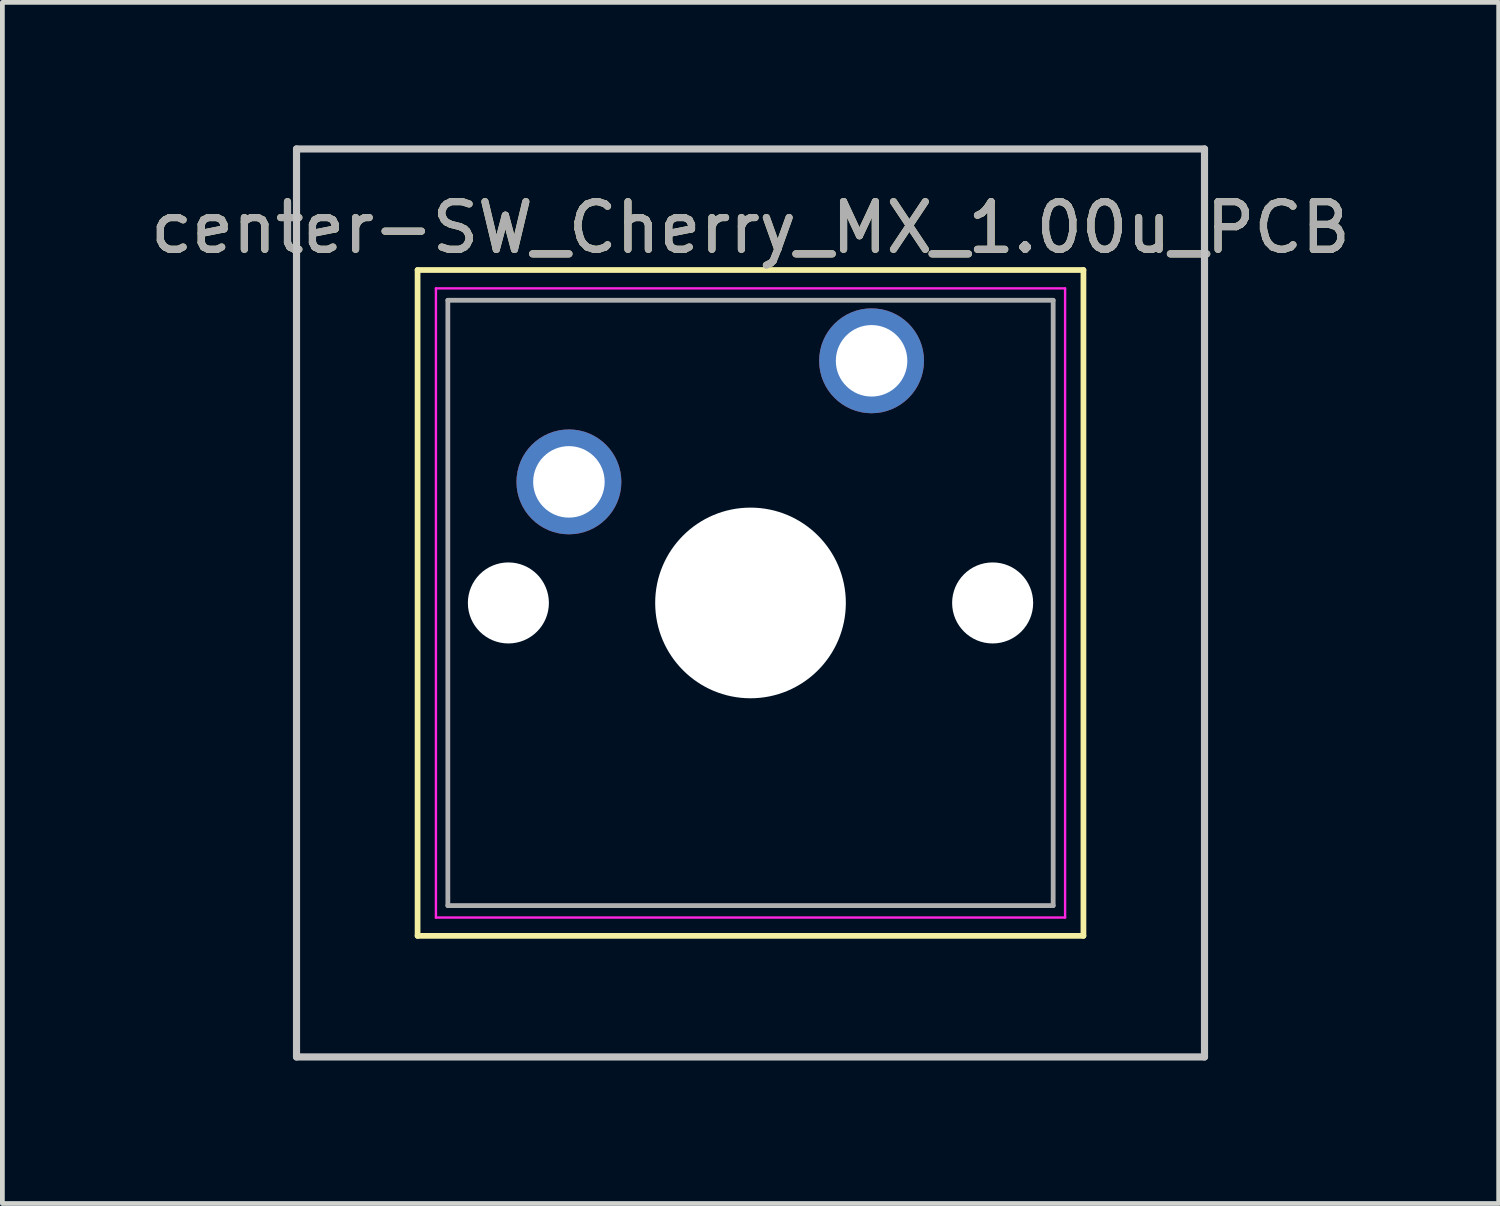
<source format=kicad_pcb>
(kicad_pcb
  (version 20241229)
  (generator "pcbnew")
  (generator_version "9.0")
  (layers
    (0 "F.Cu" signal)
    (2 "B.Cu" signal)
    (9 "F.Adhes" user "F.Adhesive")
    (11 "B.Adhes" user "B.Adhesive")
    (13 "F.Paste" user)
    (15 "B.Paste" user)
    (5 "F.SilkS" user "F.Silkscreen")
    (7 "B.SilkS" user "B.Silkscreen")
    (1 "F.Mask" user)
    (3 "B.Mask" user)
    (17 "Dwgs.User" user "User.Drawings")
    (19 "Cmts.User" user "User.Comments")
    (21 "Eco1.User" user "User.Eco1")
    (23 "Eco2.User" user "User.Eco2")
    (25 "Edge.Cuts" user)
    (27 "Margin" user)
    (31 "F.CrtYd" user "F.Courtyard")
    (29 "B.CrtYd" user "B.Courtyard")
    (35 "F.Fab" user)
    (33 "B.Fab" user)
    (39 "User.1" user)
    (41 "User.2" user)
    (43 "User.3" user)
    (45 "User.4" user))
  (footprint "center-SW_Cherry_MX_1.00u_PCB"
    (layer "F.Cu")
    (at 12.696 9.6)
    (property "Reference" "center-SW_Cherry_MX_1.00u_PCB" (at 0 -7.874 0) (layer "F.SilkS") (effects (font (size 1 1) (thickness 0.15))))
    (attr through_hole)
    (fp_line (start -6.985 -6.985) (end 6.985 -6.985) (stroke (width 0.12) (type solid)) (layer "F.SilkS"))
    (fp_line (start -6.985 6.985) (end -6.985 -6.985) (stroke (width 0.12) (type solid)) (layer "F.SilkS"))
    (fp_line (start 6.985 -6.985) (end 6.985 6.985) (stroke (width 0.12) (type solid)) (layer "F.SilkS"))
    (fp_line (start 6.985 6.985) (end -6.985 6.985) (stroke (width 0.12) (type solid)) (layer "F.SilkS"))
    (fp_line (start -9.525 -9.525) (end 9.525 -9.525) (stroke (width 0.15) (type solid)) (layer "Dwgs.User"))
    (fp_line (start -9.525 9.525) (end -9.525 -9.525) (stroke (width 0.15) (type solid)) (layer "Dwgs.User"))
    (fp_line (start 9.525 -9.525) (end 9.525 9.525) (stroke (width 0.15) (type solid)) (layer "Dwgs.User"))
    (fp_line (start 9.525 9.525) (end -9.525 9.525) (stroke (width 0.15) (type solid)) (layer "Dwgs.User"))
    (fp_line (start -6.6 -6.6) (end 6.6 -6.6) (stroke (width 0.05) (type solid)) (layer "F.CrtYd"))
    (fp_line (start -6.6 6.6) (end -6.6 -6.6) (stroke (width 0.05) (type solid)) (layer "F.CrtYd"))
    (fp_line (start 6.6 -6.6) (end 6.6 6.6) (stroke (width 0.05) (type solid)) (layer "F.CrtYd"))
    (fp_line (start 6.6 6.6) (end -6.6 6.6) (stroke (width 0.05) (type solid)) (layer "F.CrtYd"))
    (fp_line (start -6.35 -6.35) (end 6.35 -6.35) (stroke (width 0.1) (type solid)) (layer "F.Fab"))
    (fp_line (start -6.35 6.35) (end -6.35 -6.35) (stroke (width 0.1) (type solid)) (layer "F.Fab"))
    (fp_line (start 6.35 -6.35) (end 6.35 6.35) (stroke (width 0.1) (type solid)) (layer "F.Fab"))
    (fp_line (start 6.35 6.35) (end -6.35 6.35) (stroke (width 0.1) (type solid)) (layer "F.Fab"))
    (fp_text user "${REFERENCE}" (at 0 -7.874 0) (layer "F.Fab") (effects (font (size 1 1) (thickness 0.15))))
    (pad "" np_thru_hole circle (at -5.08 0) (size 1.7 1.7) (drill 1.7) (layers "*.Cu" "*.Mask"))
    (pad "" np_thru_hole circle (at 0 0) (size 4 4) (drill 4) (layers "*.Cu" "*.Mask"))
    (pad "" np_thru_hole circle (at 5.08 0) (size 1.7 1.7) (drill 1.7) (layers "*.Cu" "*.Mask"))
    (pad "1" thru_hole circle (at 2.54 -5.08) (size 2.2 2.2) (drill 1.5) (layers "*.Cu" "*.Mask"))
    (pad "2" thru_hole circle (at -3.81 -2.54) (size 2.2 2.2) (drill 1.5) (layers "*.Cu" "*.Mask")))
  (gr_rect
    (start -3 -3)
    (end 28.393 22.2)
    (stroke (width 0.1) (type default))
    (fill no)
    (layer "Edge.Cuts")))
</source>
